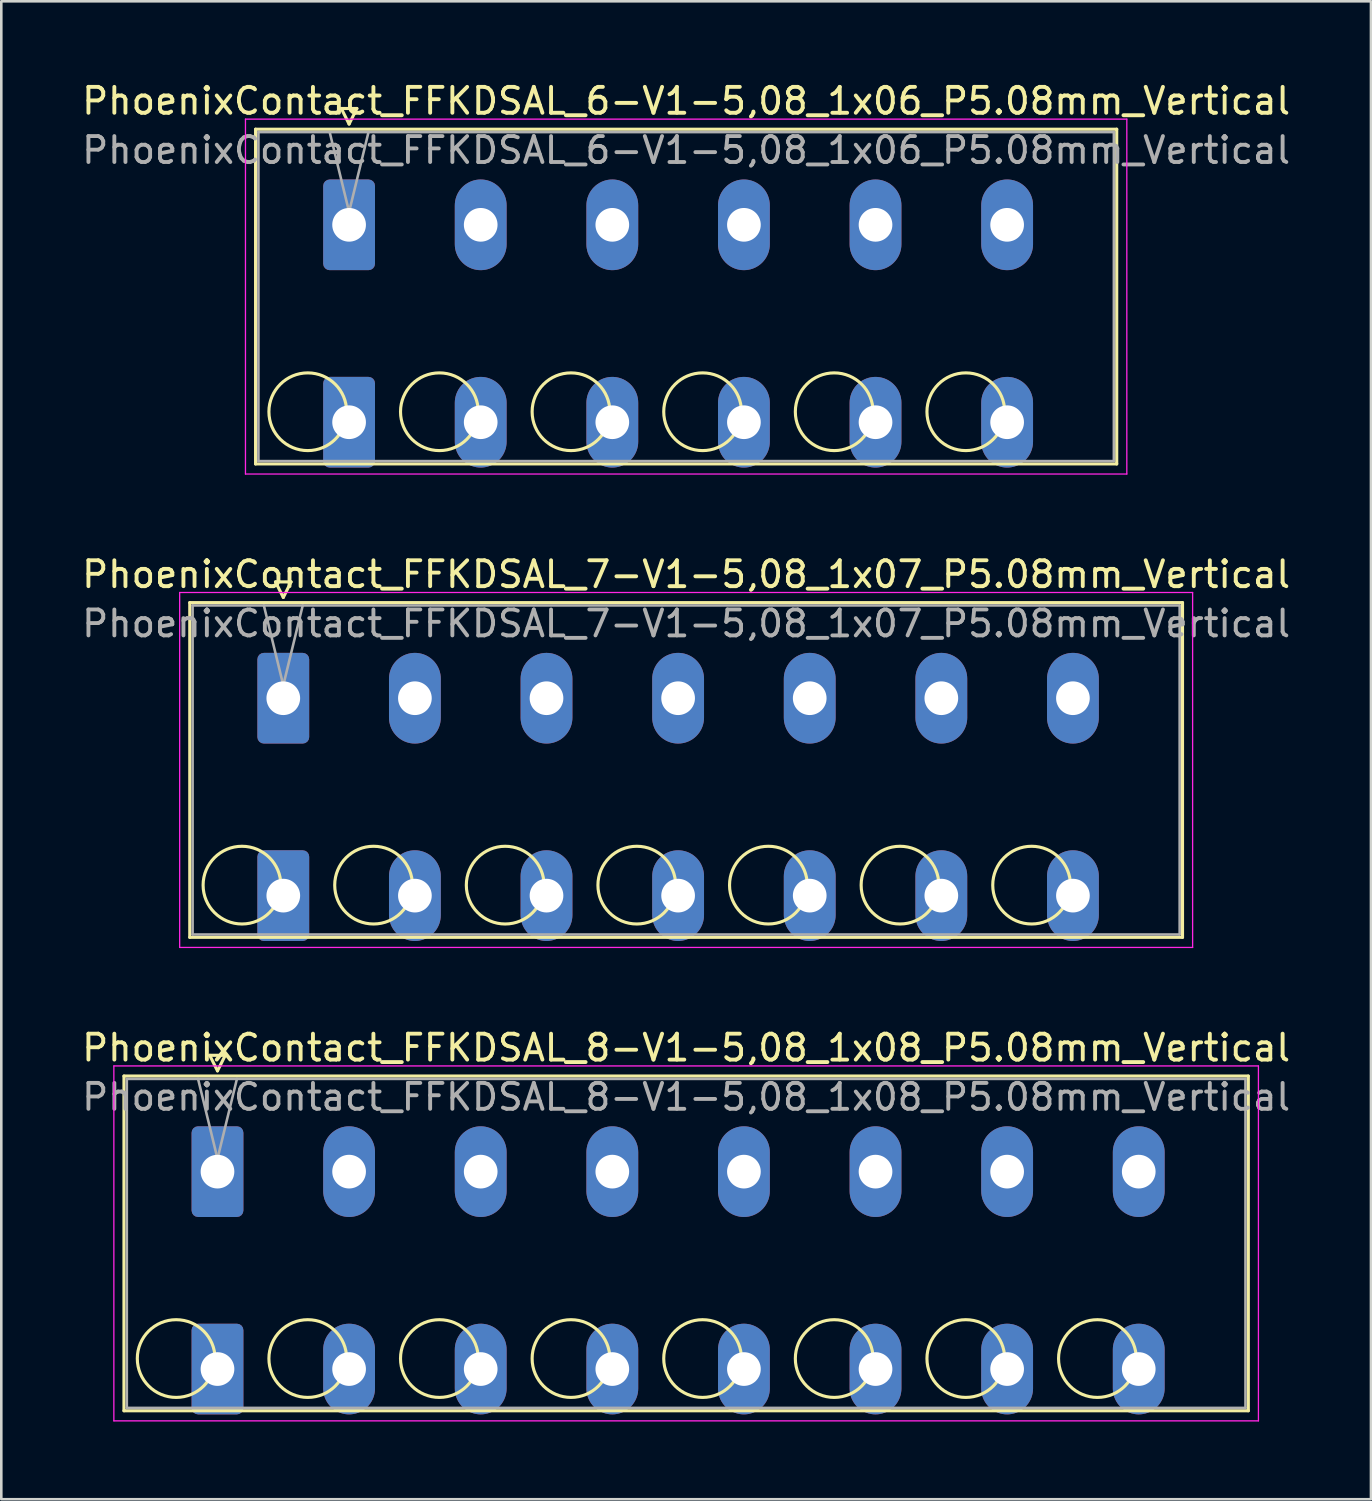
<source format=kicad_pcb>
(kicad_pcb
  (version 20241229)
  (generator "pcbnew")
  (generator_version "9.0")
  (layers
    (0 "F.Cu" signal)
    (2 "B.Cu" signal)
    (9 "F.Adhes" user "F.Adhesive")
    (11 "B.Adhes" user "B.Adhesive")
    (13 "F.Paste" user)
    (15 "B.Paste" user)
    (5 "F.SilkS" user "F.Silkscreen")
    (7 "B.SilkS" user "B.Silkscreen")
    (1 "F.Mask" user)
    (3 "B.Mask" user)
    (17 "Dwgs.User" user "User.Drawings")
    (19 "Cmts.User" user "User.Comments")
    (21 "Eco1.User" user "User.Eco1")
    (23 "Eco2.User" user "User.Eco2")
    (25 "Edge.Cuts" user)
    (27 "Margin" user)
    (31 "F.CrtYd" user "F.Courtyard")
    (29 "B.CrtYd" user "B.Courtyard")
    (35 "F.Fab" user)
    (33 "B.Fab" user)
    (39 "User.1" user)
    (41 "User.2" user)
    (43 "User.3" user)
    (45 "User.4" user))
  (footprint "PhoenixContact_FFKDSAL_7-V1-5,08_1x07_P5.08mm_Vertical"
    (layer "F.Cu")
    (at 7.885 23.901)
    (property "Reference" "PhoenixContact_FFKDSAL_7-V1-5,08_1x07_P5.08mm_Vertical" (at 15.55 -4.78 0) (layer "F.SilkS") (effects (font (size 1 1) (thickness 0.15))))
    (attr through_hole)
    (fp_line (start -3.61 -3.69) (end -3.61 9.23) (stroke (width 0.12) (type solid)) (layer "F.SilkS"))
    (fp_line (start -3.61 9.23) (end 34.71 9.23) (stroke (width 0.12) (type solid)) (layer "F.SilkS"))
    (fp_line (start -0.3 -4.49) (end 0.3 -4.49) (stroke (width 0.12) (type solid)) (layer "F.SilkS"))
    (fp_line (start 0 -3.89) (end -0.3 -4.49) (stroke (width 0.12) (type solid)) (layer "F.SilkS"))
    (fp_line (start 0.3 -4.49) (end 0 -3.89) (stroke (width 0.12) (type solid)) (layer "F.SilkS"))
    (fp_line (start 34.71 -3.69) (end -3.61 -3.69) (stroke (width 0.12) (type solid)) (layer "F.SilkS"))
    (fp_line (start 34.71 9.23) (end 34.71 -3.69) (stroke (width 0.12) (type solid)) (layer "F.SilkS"))
    (fp_circle (center -1.595 7.215) (end -0.095 7.215) (stroke (width 0.12) (type solid)) (fill no) (layer "F.SilkS"))
    (fp_circle (center 3.485 7.215) (end 4.985 7.215) (stroke (width 0.12) (type solid)) (fill no) (layer "F.SilkS"))
    (fp_circle (center 8.565 7.215) (end 10.065 7.215) (stroke (width 0.12) (type solid)) (fill no) (layer "F.SilkS"))
    (fp_circle (center 13.645 7.215) (end 15.145 7.215) (stroke (width 0.12) (type solid)) (fill no) (layer "F.SilkS"))
    (fp_circle (center 18.725 7.215) (end 20.225 7.215) (stroke (width 0.12) (type solid)) (fill no) (layer "F.SilkS"))
    (fp_circle (center 23.805 7.215) (end 25.305 7.215) (stroke (width 0.12) (type solid)) (fill no) (layer "F.SilkS"))
    (fp_circle (center 28.885 7.215) (end 30.385 7.215) (stroke (width 0.12) (type solid)) (fill no) (layer "F.SilkS"))
    (fp_line (start -4 -4.08) (end -4 9.62) (stroke (width 0.05) (type solid)) (layer "F.CrtYd"))
    (fp_line (start -4 9.62) (end 35.1 9.62) (stroke (width 0.05) (type solid)) (layer "F.CrtYd"))
    (fp_line (start 35.1 -4.08) (end -4 -4.08) (stroke (width 0.05) (type solid)) (layer "F.CrtYd"))
    (fp_line (start 35.1 9.62) (end 35.1 -4.08) (stroke (width 0.05) (type solid)) (layer "F.CrtYd"))
    (fp_line (start -3.5 -3.58) (end -3.5 9.12) (stroke (width 0.1) (type solid)) (layer "F.Fab"))
    (fp_line (start -3.5 9.12) (end 34.6 9.12) (stroke (width 0.1) (type solid)) (layer "F.Fab"))
    (fp_line (start 0 -0.5) (end -0.75 -3.58) (stroke (width 0.1) (type solid)) (layer "F.Fab"))
    (fp_line (start 0.75 -3.58) (end 0 -0.5) (stroke (width 0.1) (type solid)) (layer "F.Fab"))
    (fp_line (start 34.6 -3.58) (end -3.5 -3.58) (stroke (width 0.1) (type solid)) (layer "F.Fab"))
    (fp_line (start 34.6 9.12) (end 34.6 -3.58) (stroke (width 0.1) (type solid)) (layer "F.Fab"))
    (fp_text user "${REFERENCE}" (at 15.55 -2.88 0) (layer "F.Fab") (effects (font (size 1 1) (thickness 0.15))))
    (pad "1" thru_hole roundrect (at 0 0) (size 2 3.5) (drill 1.3) (layers "*.Cu" "*.Mask") (roundrect_rratio 0.125))
    (pad "1" thru_hole roundrect (at 0 7.62) (size 2 3.5) (drill 1.3) (layers "*.Cu" "*.Mask") (roundrect_rratio 0.125))
    (pad "2" thru_hole oval (at 5.08 0) (size 2 3.5) (drill 1.3) (layers "*.Cu" "*.Mask"))
    (pad "2" thru_hole oval (at 5.08 7.62) (size 2 3.5) (drill 1.3) (layers "*.Cu" "*.Mask"))
    (pad "3" thru_hole oval (at 10.16 0) (size 2 3.5) (drill 1.3) (layers "*.Cu" "*.Mask"))
    (pad "3" thru_hole oval (at 10.16 7.62) (size 2 3.5) (drill 1.3) (layers "*.Cu" "*.Mask"))
    (pad "4" thru_hole oval (at 15.24 0) (size 2 3.5) (drill 1.3) (layers "*.Cu" "*.Mask"))
    (pad "4" thru_hole oval (at 15.24 7.62) (size 2 3.5) (drill 1.3) (layers "*.Cu" "*.Mask"))
    (pad "5" thru_hole oval (at 20.32 0) (size 2 3.5) (drill 1.3) (layers "*.Cu" "*.Mask"))
    (pad "5" thru_hole oval (at 20.32 7.62) (size 2 3.5) (drill 1.3) (layers "*.Cu" "*.Mask"))
    (pad "6" thru_hole oval (at 25.4 0) (size 2 3.5) (drill 1.3) (layers "*.Cu" "*.Mask"))
    (pad "6" thru_hole oval (at 25.4 7.62) (size 2 3.5) (drill 1.3) (layers "*.Cu" "*.Mask"))
    (pad "7" thru_hole oval (at 30.48 0) (size 2 3.5) (drill 1.3) (layers "*.Cu" "*.Mask"))
    (pad "7" thru_hole oval (at 30.48 7.62) (size 2 3.5) (drill 1.3) (layers "*.Cu" "*.Mask")))
  (footprint "PhoenixContact_FFKDSAL_6-V1-5,08_1x06_P5.08mm_Vertical"
    (layer "F.Cu")
    (at 10.425 5.628)
    (property "Reference" "PhoenixContact_FFKDSAL_6-V1-5,08_1x06_P5.08mm_Vertical" (at 13.01 -4.78 0) (layer "F.SilkS") (effects (font (size 1 1) (thickness 0.15))))
    (attr through_hole)
    (fp_line (start -3.61 -3.69) (end -3.61 9.23) (stroke (width 0.12) (type solid)) (layer "F.SilkS"))
    (fp_line (start -3.61 9.23) (end 29.63 9.23) (stroke (width 0.12) (type solid)) (layer "F.SilkS"))
    (fp_line (start -0.3 -4.49) (end 0.3 -4.49) (stroke (width 0.12) (type solid)) (layer "F.SilkS"))
    (fp_line (start 0 -3.89) (end -0.3 -4.49) (stroke (width 0.12) (type solid)) (layer "F.SilkS"))
    (fp_line (start 0.3 -4.49) (end 0 -3.89) (stroke (width 0.12) (type solid)) (layer "F.SilkS"))
    (fp_line (start 29.63 -3.69) (end -3.61 -3.69) (stroke (width 0.12) (type solid)) (layer "F.SilkS"))
    (fp_line (start 29.63 9.23) (end 29.63 -3.69) (stroke (width 0.12) (type solid)) (layer "F.SilkS"))
    (fp_circle (center -1.595 7.215) (end -0.095 7.215) (stroke (width 0.12) (type solid)) (fill no) (layer "F.SilkS"))
    (fp_circle (center 3.485 7.215) (end 4.985 7.215) (stroke (width 0.12) (type solid)) (fill no) (layer "F.SilkS"))
    (fp_circle (center 8.565 7.215) (end 10.065 7.215) (stroke (width 0.12) (type solid)) (fill no) (layer "F.SilkS"))
    (fp_circle (center 13.645 7.215) (end 15.145 7.215) (stroke (width 0.12) (type solid)) (fill no) (layer "F.SilkS"))
    (fp_circle (center 18.725 7.215) (end 20.225 7.215) (stroke (width 0.12) (type solid)) (fill no) (layer "F.SilkS"))
    (fp_circle (center 23.805 7.215) (end 25.305 7.215) (stroke (width 0.12) (type solid)) (fill no) (layer "F.SilkS"))
    (fp_line (start -4 -4.08) (end -4 9.62) (stroke (width 0.05) (type solid)) (layer "F.CrtYd"))
    (fp_line (start -4 9.62) (end 30.02 9.62) (stroke (width 0.05) (type solid)) (layer "F.CrtYd"))
    (fp_line (start 30.02 -4.08) (end -4 -4.08) (stroke (width 0.05) (type solid)) (layer "F.CrtYd"))
    (fp_line (start 30.02 9.62) (end 30.02 -4.08) (stroke (width 0.05) (type solid)) (layer "F.CrtYd"))
    (fp_line (start -3.5 -3.58) (end -3.5 9.12) (stroke (width 0.1) (type solid)) (layer "F.Fab"))
    (fp_line (start -3.5 9.12) (end 29.52 9.12) (stroke (width 0.1) (type solid)) (layer "F.Fab"))
    (fp_line (start 0 -0.5) (end -0.75 -3.58) (stroke (width 0.1) (type solid)) (layer "F.Fab"))
    (fp_line (start 0.75 -3.58) (end 0 -0.5) (stroke (width 0.1) (type solid)) (layer "F.Fab"))
    (fp_line (start 29.52 -3.58) (end -3.5 -3.58) (stroke (width 0.1) (type solid)) (layer "F.Fab"))
    (fp_line (start 29.52 9.12) (end 29.52 -3.58) (stroke (width 0.1) (type solid)) (layer "F.Fab"))
    (fp_text user "${REFERENCE}" (at 13.01 -2.88 0) (layer "F.Fab") (effects (font (size 1 1) (thickness 0.15))))
    (pad "1" thru_hole roundrect (at 0 0) (size 2 3.5) (drill 1.3) (layers "*.Cu" "*.Mask") (roundrect_rratio 0.125))
    (pad "1" thru_hole roundrect (at 0 7.62) (size 2 3.5) (drill 1.3) (layers "*.Cu" "*.Mask") (roundrect_rratio 0.125))
    (pad "2" thru_hole oval (at 5.08 0) (size 2 3.5) (drill 1.3) (layers "*.Cu" "*.Mask"))
    (pad "2" thru_hole oval (at 5.08 7.62) (size 2 3.5) (drill 1.3) (layers "*.Cu" "*.Mask"))
    (pad "3" thru_hole oval (at 10.16 0) (size 2 3.5) (drill 1.3) (layers "*.Cu" "*.Mask"))
    (pad "3" thru_hole oval (at 10.16 7.62) (size 2 3.5) (drill 1.3) (layers "*.Cu" "*.Mask"))
    (pad "4" thru_hole oval (at 15.24 0) (size 2 3.5) (drill 1.3) (layers "*.Cu" "*.Mask"))
    (pad "4" thru_hole oval (at 15.24 7.62) (size 2 3.5) (drill 1.3) (layers "*.Cu" "*.Mask"))
    (pad "5" thru_hole oval (at 20.32 0) (size 2 3.5) (drill 1.3) (layers "*.Cu" "*.Mask"))
    (pad "5" thru_hole oval (at 20.32 7.62) (size 2 3.5) (drill 1.3) (layers "*.Cu" "*.Mask"))
    (pad "6" thru_hole oval (at 25.4 0) (size 2 3.5) (drill 1.3) (layers "*.Cu" "*.Mask"))
    (pad "6" thru_hole oval (at 25.4 7.62) (size 2 3.5) (drill 1.3) (layers "*.Cu" "*.Mask")))
  (footprint "PhoenixContact_FFKDSAL_8-V1-5,08_1x08_P5.08mm_Vertical"
    (layer "F.Cu")
    (at 5.345 42.175)
    (property "Reference" "PhoenixContact_FFKDSAL_8-V1-5,08_1x08_P5.08mm_Vertical" (at 18.09 -4.78 0) (layer "F.SilkS") (effects (font (size 1 1) (thickness 0.15))))
    (attr through_hole)
    (fp_line (start -3.61 -3.69) (end -3.61 9.23) (stroke (width 0.12) (type solid)) (layer "F.SilkS"))
    (fp_line (start -3.61 9.23) (end 39.79 9.23) (stroke (width 0.12) (type solid)) (layer "F.SilkS"))
    (fp_line (start -0.3 -4.49) (end 0.3 -4.49) (stroke (width 0.12) (type solid)) (layer "F.SilkS"))
    (fp_line (start 0 -3.89) (end -0.3 -4.49) (stroke (width 0.12) (type solid)) (layer "F.SilkS"))
    (fp_line (start 0.3 -4.49) (end 0 -3.89) (stroke (width 0.12) (type solid)) (layer "F.SilkS"))
    (fp_line (start 39.79 -3.69) (end -3.61 -3.69) (stroke (width 0.12) (type solid)) (layer "F.SilkS"))
    (fp_line (start 39.79 9.23) (end 39.79 -3.69) (stroke (width 0.12) (type solid)) (layer "F.SilkS"))
    (fp_circle (center -1.595 7.215) (end -0.095 7.215) (stroke (width 0.12) (type solid)) (fill no) (layer "F.SilkS"))
    (fp_circle (center 3.485 7.215) (end 4.985 7.215) (stroke (width 0.12) (type solid)) (fill no) (layer "F.SilkS"))
    (fp_circle (center 8.565 7.215) (end 10.065 7.215) (stroke (width 0.12) (type solid)) (fill no) (layer "F.SilkS"))
    (fp_circle (center 13.645 7.215) (end 15.145 7.215) (stroke (width 0.12) (type solid)) (fill no) (layer "F.SilkS"))
    (fp_circle (center 18.725 7.215) (end 20.225 7.215) (stroke (width 0.12) (type solid)) (fill no) (layer "F.SilkS"))
    (fp_circle (center 23.805 7.215) (end 25.305 7.215) (stroke (width 0.12) (type solid)) (fill no) (layer "F.SilkS"))
    (fp_circle (center 28.885 7.215) (end 30.385 7.215) (stroke (width 0.12) (type solid)) (fill no) (layer "F.SilkS"))
    (fp_circle (center 33.965 7.215) (end 35.465 7.215) (stroke (width 0.12) (type solid)) (fill no) (layer "F.SilkS"))
    (fp_line (start -4 -4.08) (end -4 9.62) (stroke (width 0.05) (type solid)) (layer "F.CrtYd"))
    (fp_line (start -4 9.62) (end 40.18 9.62) (stroke (width 0.05) (type solid)) (layer "F.CrtYd"))
    (fp_line (start 40.18 -4.08) (end -4 -4.08) (stroke (width 0.05) (type solid)) (layer "F.CrtYd"))
    (fp_line (start 40.18 9.62) (end 40.18 -4.08) (stroke (width 0.05) (type solid)) (layer "F.CrtYd"))
    (fp_line (start -3.5 -3.58) (end -3.5 9.12) (stroke (width 0.1) (type solid)) (layer "F.Fab"))
    (fp_line (start -3.5 9.12) (end 39.68 9.12) (stroke (width 0.1) (type solid)) (layer "F.Fab"))
    (fp_line (start 0 -0.5) (end -0.75 -3.58) (stroke (width 0.1) (type solid)) (layer "F.Fab"))
    (fp_line (start 0.75 -3.58) (end 0 -0.5) (stroke (width 0.1) (type solid)) (layer "F.Fab"))
    (fp_line (start 39.68 -3.58) (end -3.5 -3.58) (stroke (width 0.1) (type solid)) (layer "F.Fab"))
    (fp_line (start 39.68 9.12) (end 39.68 -3.58) (stroke (width 0.1) (type solid)) (layer "F.Fab"))
    (fp_text user "${REFERENCE}" (at 18.09 -2.88 0) (layer "F.Fab") (effects (font (size 1 1) (thickness 0.15))))
    (pad "1" thru_hole roundrect (at 0 0) (size 2 3.5) (drill 1.3) (layers "*.Cu" "*.Mask") (roundrect_rratio 0.125))
    (pad "1" thru_hole roundrect (at 0 7.62) (size 2 3.5) (drill 1.3) (layers "*.Cu" "*.Mask") (roundrect_rratio 0.125))
    (pad "2" thru_hole oval (at 5.08 0) (size 2 3.5) (drill 1.3) (layers "*.Cu" "*.Mask"))
    (pad "2" thru_hole oval (at 5.08 7.62) (size 2 3.5) (drill 1.3) (layers "*.Cu" "*.Mask"))
    (pad "3" thru_hole oval (at 10.16 0) (size 2 3.5) (drill 1.3) (layers "*.Cu" "*.Mask"))
    (pad "3" thru_hole oval (at 10.16 7.62) (size 2 3.5) (drill 1.3) (layers "*.Cu" "*.Mask"))
    (pad "4" thru_hole oval (at 15.24 0) (size 2 3.5) (drill 1.3) (layers "*.Cu" "*.Mask"))
    (pad "4" thru_hole oval (at 15.24 7.62) (size 2 3.5) (drill 1.3) (layers "*.Cu" "*.Mask"))
    (pad "5" thru_hole oval (at 20.32 0) (size 2 3.5) (drill 1.3) (layers "*.Cu" "*.Mask"))
    (pad "5" thru_hole oval (at 20.32 7.62) (size 2 3.5) (drill 1.3) (layers "*.Cu" "*.Mask"))
    (pad "6" thru_hole oval (at 25.4 0) (size 2 3.5) (drill 1.3) (layers "*.Cu" "*.Mask"))
    (pad "6" thru_hole oval (at 25.4 7.62) (size 2 3.5) (drill 1.3) (layers "*.Cu" "*.Mask"))
    (pad "7" thru_hole oval (at 30.48 0) (size 2 3.5) (drill 1.3) (layers "*.Cu" "*.Mask"))
    (pad "7" thru_hole oval (at 30.48 7.62) (size 2 3.5) (drill 1.3) (layers "*.Cu" "*.Mask"))
    (pad "8" thru_hole oval (at 35.56 0) (size 2 3.5) (drill 1.3) (layers "*.Cu" "*.Mask"))
    (pad "8" thru_hole oval (at 35.56 7.62) (size 2 3.5) (drill 1.3) (layers "*.Cu" "*.Mask")))
  (gr_rect
    (start -3 -3)
    (end 49.869 54.82)
    (stroke (width 0.1) (type default))
    (fill no)
    (layer "Edge.Cuts")))
</source>
